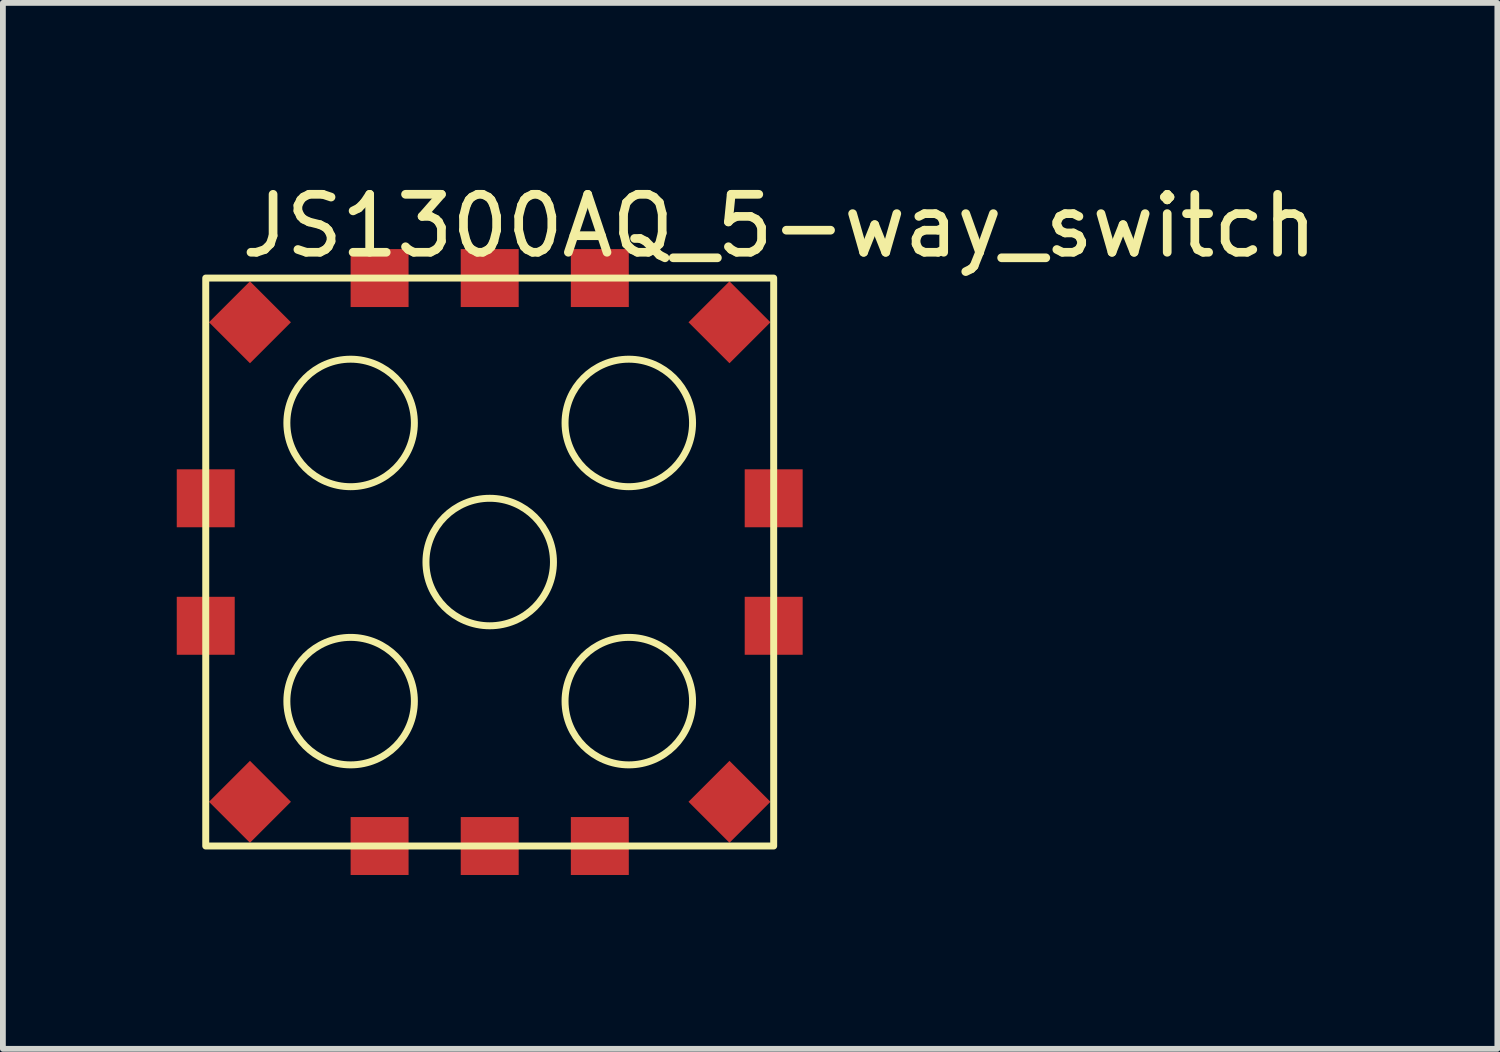
<source format=kicad_pcb>
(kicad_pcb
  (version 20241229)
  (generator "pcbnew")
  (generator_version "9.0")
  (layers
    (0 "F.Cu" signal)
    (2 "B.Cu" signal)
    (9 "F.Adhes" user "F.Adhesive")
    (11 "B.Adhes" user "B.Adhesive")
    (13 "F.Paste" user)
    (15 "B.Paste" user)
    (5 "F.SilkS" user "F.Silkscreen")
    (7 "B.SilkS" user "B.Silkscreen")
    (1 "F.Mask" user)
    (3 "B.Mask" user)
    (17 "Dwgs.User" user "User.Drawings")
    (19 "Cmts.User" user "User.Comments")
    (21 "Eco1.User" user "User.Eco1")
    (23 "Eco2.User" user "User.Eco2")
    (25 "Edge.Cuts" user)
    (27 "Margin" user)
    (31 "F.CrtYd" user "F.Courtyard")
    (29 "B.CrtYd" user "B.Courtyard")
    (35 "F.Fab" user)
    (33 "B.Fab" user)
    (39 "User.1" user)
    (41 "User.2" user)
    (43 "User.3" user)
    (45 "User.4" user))
  (footprint "JS1300AQ_5-way_switch"
    (layer "F.Cu")
    (at 5.4 6.648)
    (property "Reference" "JS1300AQ_5-way_switch" (at 5 -5.8 0) (unlocked yes) (layer "F.SilkS") (effects (font (size 1 1) (thickness 0.15))))
    (attr smd)
    (fp_rect (start 4.9 4.9) (end -4.9 -4.9) (stroke (width 0.12) (type default)) (fill no) (layer "F.SilkS"))
    (fp_circle (center -2.4 -2.4) (end -1.3 -2.4) (stroke (width 0.12) (type default)) (fill no) (layer "F.SilkS"))
    (fp_circle (center -2.4 2.4) (end -1.3 2.4) (stroke (width 0.12) (type default)) (fill no) (layer "F.SilkS"))
    (fp_circle (center 0 0) (end 1.1 0) (stroke (width 0.12) (type default)) (fill no) (layer "F.SilkS"))
    (fp_circle (center 2.4 -2.4) (end 3.5 -2.4) (stroke (width 0.12) (type default)) (fill no) (layer "F.SilkS"))
    (fp_circle (center 2.4 2.4) (end 3.5 2.4) (stroke (width 0.12) (type default)) (fill no) (layer "F.SilkS"))
    (pad "" smd rect (at -4.137 -4.137 45) (size 1 1) (layers "F.Cu" "F.Mask" "F.Paste"))
    (pad "" smd rect (at -4.137 4.137 45) (size 1 1) (layers "F.Cu" "F.Mask" "F.Paste"))
    (pad "" smd rect (at 4.137 -4.137 45) (size 1 1) (layers "F.Cu" "F.Mask" "F.Paste"))
    (pad "" smd rect (at 4.137 4.137 45) (size 1 1) (layers "F.Cu" "F.Mask" "F.Paste"))
    (pad "1" smd rect (at -4.9 -1.1) (size 1 1) (layers "F.Cu" "F.Mask" "F.Paste"))
    (pad "2" smd rect (at 4.9 -1.1) (size 1 1) (layers "F.Cu" "F.Mask" "F.Paste"))
    (pad "3" smd rect (at 0 -4.9) (size 1 1) (layers "F.Cu" "F.Mask" "F.Paste"))
    (pad "4" smd rect (at -4.9 1.1) (size 1 1) (layers "F.Cu" "F.Mask" "F.Paste"))
    (pad "5" smd rect (at 4.9 1.1) (size 1 1) (layers "F.Cu" "F.Mask" "F.Paste"))
    (pad "6" smd rect (at 1.9 4.9) (size 1 1) (layers "F.Cu" "F.Mask" "F.Paste"))
    (pad "7" smd rect (at -1.9 4.9) (size 1 1) (layers "F.Cu" "F.Mask" "F.Paste"))
    (pad "8" smd rect (at 0 4.9) (size 1 1) (layers "F.Cu" "F.Mask" "F.Paste"))
    (pad "9" smd rect (at 1.9 -4.9) (size 1 1) (layers "F.Cu" "F.Mask" "F.Paste"))
    (pad "10" smd rect (at -1.9 -4.9) (size 1 1) (layers "F.Cu" "F.Mask" "F.Paste")))
  (gr_rect
    (start -3 -3)
    (end 22.787 15.048)
    (stroke (width 0.1) (type default))
    (fill no)
    (layer "Edge.Cuts")))
</source>
